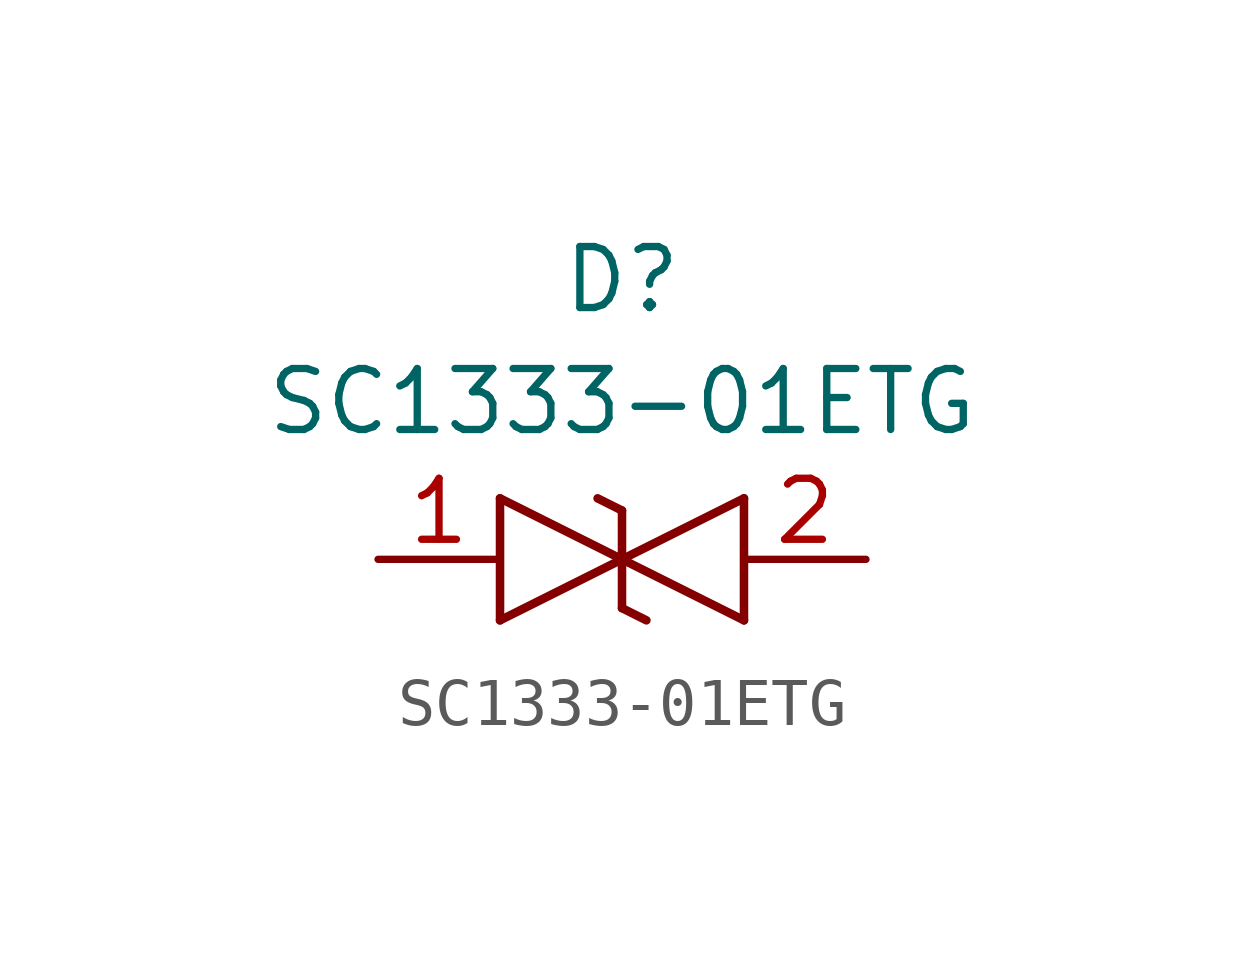
<source format=kicad_sym>
(kicad_symbol_lib
  (version 20231120)
  (generator "kicad_symbol_editor")
  (generator_version "8.0")
  (symbol "SC1333-01ETG"
    (pin_names hide)
    (property "Reference" "D"
      (at 0 5.08 0)
      (effects (font (size 1.27 1.27)) (justify bottom)))
    (property "Value" "SC1333-01ETG"
      (at 0 2.54 0)
      (effects (font (size 1.27 1.27)) (justify bottom)))
    (symbol "SC1333-01ETG_1_1"
      (polyline (pts (xy -2.54 -1.27) (xy -2.54 1.27)) (stroke (width 0.178) (type default)) (fill (type none)))
      (polyline (pts (xy -2.54 -1.27) (xy 0 0)) (stroke (width 0.178) (type default)) (fill (type none)))
      (polyline (pts (xy 0 -1.016) (xy 0 1.016)) (stroke (width 0.178) (type default)) (fill (type none)))
      (polyline (pts (xy 0 -1.016) (xy 0.508 -1.27)) (stroke (width 0.178) (type default)) (fill (type none)))
      (polyline (pts (xy 0 0) (xy -2.54 1.27)) (stroke (width 0.178) (type default)) (fill (type none)))
      (polyline (pts (xy 0 0) (xy 2.54 1.27)) (stroke (width 0.178) (type default)) (fill (type none)))
      (polyline (pts (xy 0 1.016) (xy -0.508 1.27)) (stroke (width 0.178) (type default)) (fill (type none)))
      (polyline (pts (xy 2.54 -1.27) (xy 0 0)) (stroke (width 0.178) (type default)) (fill (type none)))
      (polyline (pts (xy 2.54 -1.27) (xy 2.54 1.27)) (stroke (width 0.178) (type default)) (fill (type none)))
      (pin passive line (at -5.08 0 0) (length 2.54) (name "1" (effects (font (size 1.27 1.27)))) (number "1" (effects (font (size 1.27 1.27)))))
      (pin passive line (at 5.08 0 180) (length 2.54) (name "2" (effects (font (size 1.27 1.27)))) (number "2" (effects (font (size 1.27 1.27))))))))
</source>
